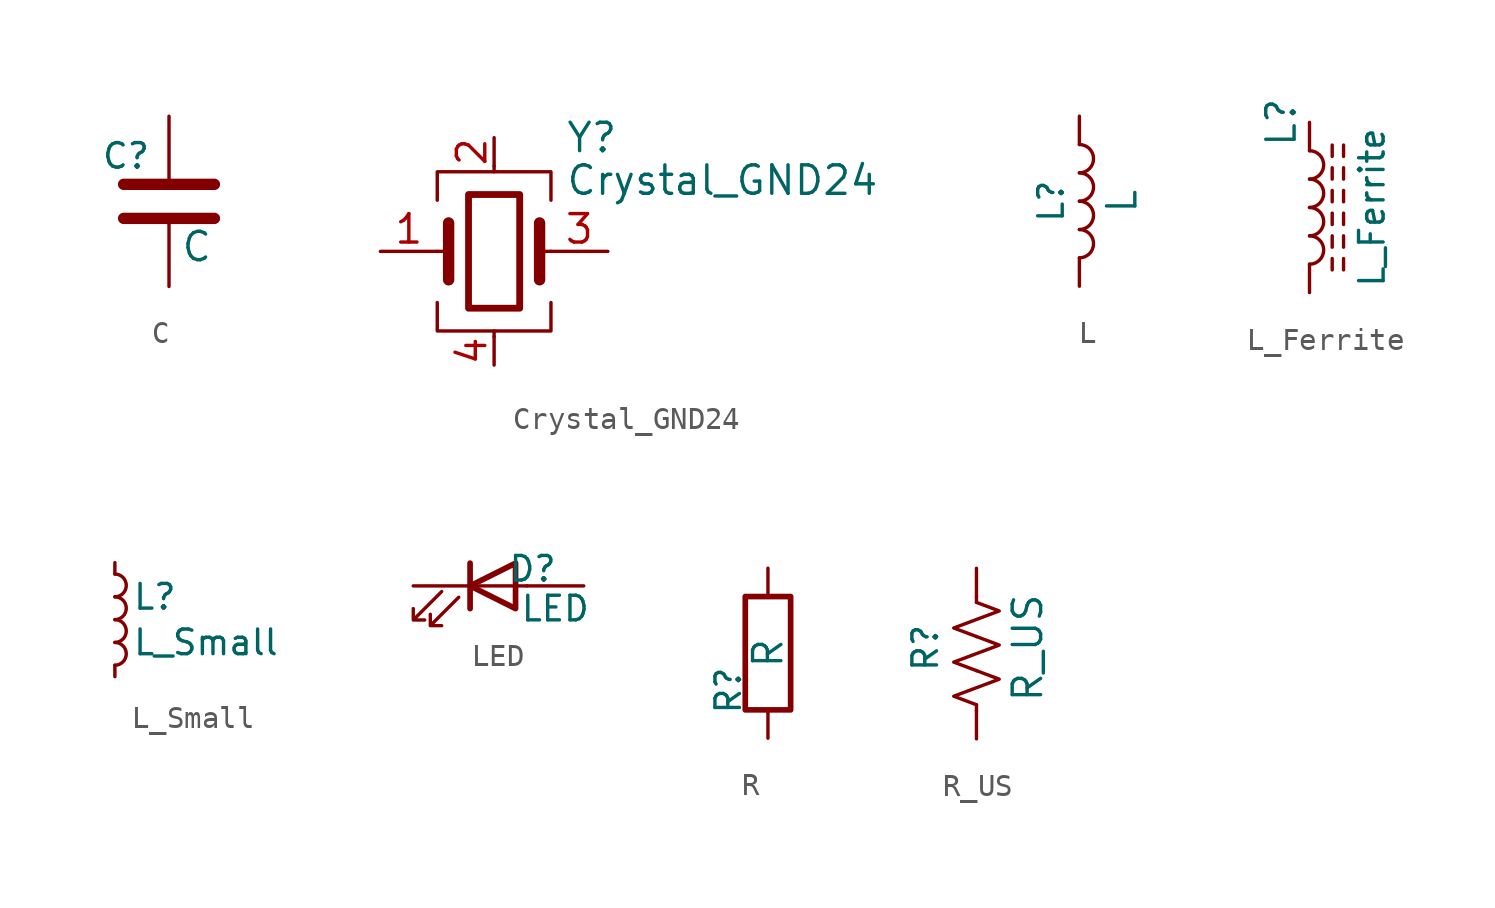
<source format=kicad_sym>
(kicad_symbol_lib
  (version 20241209)
  (generator "kicad_symbol_editor")
  (generator_version "9.0")
  (symbol "C"
    (pin_numbers
      (hide yes))
    (pin_names
      (offset 0.254))
    (property "Reference" "C"
      (at -3.048 -1.778 0)
      (effects (font (size 1.1 1.1)) (justify left)))
    (property "Value" "C"
      (at 0.508 -5.842 0)
      (effects (font (size 1.27 1.27)) (justify left)))
    (symbol "C_0_1"
      (polyline (pts (xy -2.032 -3.048) (xy 2.032 -3.048)) (stroke (width 0.508) (type default)) (fill (type none)))
      (polyline (pts (xy -2.032 -4.572) (xy 2.032 -4.572)) (stroke (width 0.508) (type default)) (fill (type none))))
    (symbol "C_1_1"
      (pin passive line (at 0 0 270) (length 2.794) (name "~" (effects (font (size 1.27 1.27)))) (number "1" (effects (font (size 1.27 1.27)))))
      (pin passive line (at 0 -7.62 90) (length 2.794) (name "~" (effects (font (size 1.27 1.27)))) (number "2" (effects (font (size 1.27 1.27)))))))
  (symbol "Crystal_GND24"
    (pin_names
      (offset 1.016)
      (hide yes))
    (property "Reference" "Y"
      (at 3.175 5.08 0)
      (effects (font (size 1.27 1.27)) (justify left)))
    (property "Value" "Crystal_GND24"
      (at 3.175 3.175 0)
      (effects (font (size 1.27 1.27)) (justify left)))
    (symbol "Crystal_GND24_0_1"
      (polyline (pts (xy -2.54 2.286) (xy -2.54 3.556) (xy 2.54 3.556) (xy 2.54 2.286)) (stroke (width 0) (type default)) (fill (type none)))
      (polyline (pts (xy -2.54 0) (xy -2.032 0)) (stroke (width 0) (type default)) (fill (type none)))
      (polyline (pts (xy -2.54 -2.286) (xy -2.54 -3.556) (xy 2.54 -3.556) (xy 2.54 -2.286)) (stroke (width 0) (type default)) (fill (type none)))
      (polyline (pts (xy -2.032 -1.27) (xy -2.032 1.27)) (stroke (width 0.508) (type default)) (fill (type none)))
      (rectangle (start -1.143 2.54) (end 1.143 -2.54) (stroke (width 0.305) (type default)) (fill (type none)))
      (polyline (pts (xy 0 3.556) (xy 0 3.81)) (stroke (width 0) (type default)) (fill (type none)))
      (polyline (pts (xy 0 -3.81) (xy 0 -3.556)) (stroke (width 0) (type default)) (fill (type none)))
      (polyline (pts (xy 2.032 0) (xy 2.54 0)) (stroke (width 0) (type default)) (fill (type none)))
      (polyline (pts (xy 2.032 -1.27) (xy 2.032 1.27)) (stroke (width 0.508) (type default)) (fill (type none))))
    (symbol "Crystal_GND24_1_1"
      (pin passive line (at -5.08 0 0) (length 2.54) (name "1" (effects (font (size 1.27 1.27)))) (number "1" (effects (font (size 1.27 1.27)))))
      (pin passive line (at 0 5.08 270) (length 1.27) (name "2" (effects (font (size 1.27 1.27)))) (number "2" (effects (font (size 1.27 1.27)))))
      (pin passive line (at 0 -5.08 90) (length 1.27) (name "4" (effects (font (size 1.27 1.27)))) (number "4" (effects (font (size 1.27 1.27)))))
      (pin passive line (at 5.08 0 180) (length 2.54) (name "3" (effects (font (size 1.27 1.27)))) (number "3" (effects (font (size 1.27 1.27)))))))
  (symbol "L"
    (pin_numbers
      (hide yes))
    (pin_names
      (offset 1.016)
      (hide yes))
    (property "Reference" "L"
      (at -1.27 -3.81 90)
      (effects (font (size 1.1 1.1))))
    (property "Value" "L"
      (at 1.905 -3.81 90)
      (effects (font (size 1.27 1.27))))
    (symbol "L_0_1"
      (arc (start 0 -1.27) (mid 0.6323 -1.905) (end 0 -2.54) (stroke (width 0) (type default)) (fill (type none)))
      (arc (start 0 -2.54) (mid 0.6323 -3.175) (end 0 -3.81) (stroke (width 0) (type default)) (fill (type none)))
      (arc (start 0 -3.81) (mid 0.6323 -4.445) (end 0 -5.08) (stroke (width 0) (type default)) (fill (type none)))
      (arc (start 0 -5.08) (mid 0.6323 -5.715) (end 0 -6.35) (stroke (width 0) (type default)) (fill (type none))))
    (symbol "L_1_1"
      (pin passive line (at 0 0 270) (length 1.27) (name "1" (effects (font (size 1.27 1.27)))) (number "1" (effects (font (size 1.27 1.27)))))
      (pin passive line (at 0 -7.62 90) (length 1.27) (name "2" (effects (font (size 1.27 1.27)))) (number "2" (effects (font (size 1.27 1.27)))))))
  (symbol "L_Ferrite"
    (pin_numbers
      (hide yes))
    (pin_names
      (offset 1.016)
      (hide yes))
    (property "Reference" "L"
      (at -1.27 0 90)
      (effects (font (size 1.27 1.27))))
    (property "Value" "L_Ferrite"
      (at 2.794 -3.81 90)
      (effects (font (size 1.1 1.1))))
    (symbol "L_Ferrite_0_1"
      (arc (start 0 -1.27) (mid 0.6323 -1.905) (end 0 -2.54) (stroke (width 0) (type default)) (fill (type none)))
      (arc (start 0 -2.54) (mid 0.6323 -3.175) (end 0 -3.81) (stroke (width 0) (type default)) (fill (type none)))
      (arc (start 0 -3.81) (mid 0.6323 -4.445) (end 0 -5.08) (stroke (width 0) (type default)) (fill (type none)))
      (arc (start 0 -5.08) (mid 0.6323 -5.715) (end 0 -6.35) (stroke (width 0) (type default)) (fill (type none)))
      (polyline (pts (xy 1.016 -1.524) (xy 1.016 -1.016)) (stroke (width 0) (type default)) (fill (type none)))
      (polyline (pts (xy 1.016 -2.54) (xy 1.016 -2.032)) (stroke (width 0) (type default)) (fill (type none)))
      (polyline (pts (xy 1.016 -3.556) (xy 1.016 -3.048)) (stroke (width 0) (type default)) (fill (type none)))
      (polyline (pts (xy 1.016 -4.572) (xy 1.016 -4.064)) (stroke (width 0) (type default)) (fill (type none)))
      (polyline (pts (xy 1.016 -5.588) (xy 1.016 -5.08)) (stroke (width 0) (type default)) (fill (type none)))
      (polyline (pts (xy 1.016 -6.604) (xy 1.016 -6.096)) (stroke (width 0) (type default)) (fill (type none)))
      (polyline (pts (xy 1.524 -1.016) (xy 1.524 -1.524)) (stroke (width 0) (type default)) (fill (type none)))
      (polyline (pts (xy 1.524 -2.032) (xy 1.524 -2.54)) (stroke (width 0) (type default)) (fill (type none)))
      (polyline (pts (xy 1.524 -3.048) (xy 1.524 -3.556)) (stroke (width 0) (type default)) (fill (type none)))
      (polyline (pts (xy 1.524 -4.064) (xy 1.524 -4.572)) (stroke (width 0) (type default)) (fill (type none)))
      (polyline (pts (xy 1.524 -5.08) (xy 1.524 -5.588)) (stroke (width 0) (type default)) (fill (type none)))
      (polyline (pts (xy 1.524 -6.096) (xy 1.524 -6.604)) (stroke (width 0) (type default)) (fill (type none))))
    (symbol "L_Ferrite_1_1"
      (pin passive line (at 0 0 270) (length 1.27) (name "1" (effects (font (size 1.27 1.27)))) (number "1" (effects (font (size 1.27 1.27)))))
      (pin passive line (at 0 -7.62 90) (length 1.27) (name "2" (effects (font (size 1.27 1.27)))) (number "2" (effects (font (size 1.27 1.27)))))))
  (symbol "L_Small"
    (pin_numbers
      (hide yes))
    (pin_names
      (offset 0.254)
      (hide yes))
    (property "Reference" "L"
      (at 0.762 1.016 0)
      (effects (font (size 1.1 1.1)) (justify left)))
    (property "Value" "L_Small"
      (at 0.762 -1.016 0)
      (effects (font (size 1.1 1.1)) (justify left)))
    (symbol "L_Small_0_1"
      (arc (start 0 2.032) (mid 0.5058 1.524) (end 0 1.016) (stroke (width 0) (type default)) (fill (type none)))
      (arc (start 0 1.016) (mid 0.5058 0.508) (end 0 0) (stroke (width 0) (type default)) (fill (type none)))
      (arc (start 0 0) (mid 0.5058 -0.508) (end 0 -1.016) (stroke (width 0) (type default)) (fill (type none)))
      (arc (start 0 -1.016) (mid 0.5058 -1.524) (end 0 -2.032) (stroke (width 0) (type default)) (fill (type none))))
    (symbol "L_Small_1_1"
      (pin passive line (at 0 2.54 270) (length 0.508) (name "~" (effects (font (size 1.27 1.27)))) (number "1" (effects (font (size 1.27 1.27)))))
      (pin passive line (at 0 -2.54 90) (length 0.508) (name "~" (effects (font (size 1.27 1.27)))) (number "2" (effects (font (size 1.27 1.27)))))))
  (symbol "LED"
    (pin_numbers
      (hide yes))
    (pin_names
      (offset 1.016)
      (hide yes))
    (property "Reference" "D"
      (at 5.334 0.762 0)
      (effects (font (size 1.1 1.1))))
    (property "Value" "LED"
      (at 6.35 -1.016 0)
      (effects (font (size 1.1 1.1))))
    (symbol "LED_0_1"
      (polyline (pts (xy 1.27 -0.254) (xy 0 -1.524) (xy 0.508 -1.524) (xy 0 -1.524) (xy 0 -1.016)) (stroke (width 0) (type default)) (fill (type none)))
      (polyline (pts (xy 2.032 -0.508) (xy 0.762 -1.778) (xy 1.27 -1.778) (xy 0.762 -1.778) (xy 0.762 -1.27)) (stroke (width 0) (type default)) (fill (type none)))
      (polyline (pts (xy 2.54 0) (xy 5.08 0)) (stroke (width 0) (type default)) (fill (type none)))
      (polyline (pts (xy 2.54 -1.016) (xy 2.54 1.016)) (stroke (width 0.254) (type default)) (fill (type none)))
      (polyline (pts (xy 4.572 -1.016) (xy 4.572 1.016) (xy 2.54 0) (xy 4.572 -1.016)) (stroke (width 0.254) (type default)) (fill (type none))))
    (symbol "LED_1_1"
      (pin passive line (at 0 0 0) (length 2.54) (name "K" (effects (font (size 1.27 1.27)))) (number "1" (effects (font (size 1.27 1.27)))))
      (pin passive line (at 7.62 0 180) (length 2.54) (name "A" (effects (font (size 1.27 1.27)))) (number "2" (effects (font (size 1.27 1.27)))))))
  (symbol "R"
    (pin_numbers
      (hide yes))
    (pin_names
      (offset 0))
    (property "Reference" "R"
      (at -1.778 -6.604 90)
      (effects (font (size 1.1 1.1)) (justify left)))
    (property "Value" "R"
      (at 0 -3.81 90)
      (effects (font (size 1.27 1.27))))
    (symbol "R_0_1"
      (rectangle (start -1.016 -1.27) (end 1.016 -6.35) (stroke (width 0.254) (type default)) (fill (type none))))
    (symbol "R_1_1"
      (pin passive line (at 0 0 270) (length 1.27) (name "~" (effects (font (size 1.27 1.27)))) (number "1" (effects (font (size 1.27 1.27)))))
      (pin passive line (at 0 -7.62 90) (length 1.27) (name "~" (effects (font (size 1.27 1.27)))) (number "2" (effects (font (size 1.27 1.27)))))))
  (symbol "R_US"
    (pin_numbers
      (hide yes))
    (pin_names
      (offset 0))
    (property "Reference" "R"
      (at -2.286 -3.556 90)
      (effects (font (size 1.1 1.1))))
    (property "Value" "R_US"
      (at 2.286 -3.556 90)
      (effects (font (size 1.27 1.27))))
    (symbol "R_US_0_1"
      (polyline (pts (xy 0 -1.524) (xy 0 -1.27)) (stroke (width 0) (type default)) (fill (type none)))
      (polyline (pts (xy 0 -1.524) (xy 1.016 -1.905) (xy 0 -2.286) (xy -1.016 -2.667) (xy 0 -3.048)) (stroke (width 0) (type default)) (fill (type none)))
      (polyline (pts (xy 0 -3.048) (xy 1.016 -3.429) (xy 0 -3.81) (xy -1.016 -4.191) (xy 0 -4.572)) (stroke (width 0) (type default)) (fill (type none)))
      (polyline (pts (xy 0 -4.572) (xy 1.016 -4.953) (xy 0 -5.334) (xy -1.016 -5.715) (xy 0 -6.096)) (stroke (width 0) (type default)) (fill (type none)))
      (polyline (pts (xy 0 -6.096) (xy 0 -6.35)) (stroke (width 0) (type default)) (fill (type none))))
    (symbol "R_US_1_1"
      (pin passive line (at 0 0 270) (length 1.27) (name "~" (effects (font (size 1.27 1.27)))) (number "1" (effects (font (size 1.27 1.27)))))
      (pin passive line (at 0 -7.62 90) (length 1.27) (name "~" (effects (font (size 1.27 1.27)))) (number "2" (effects (font (size 1.27 1.27))))))))
</source>
